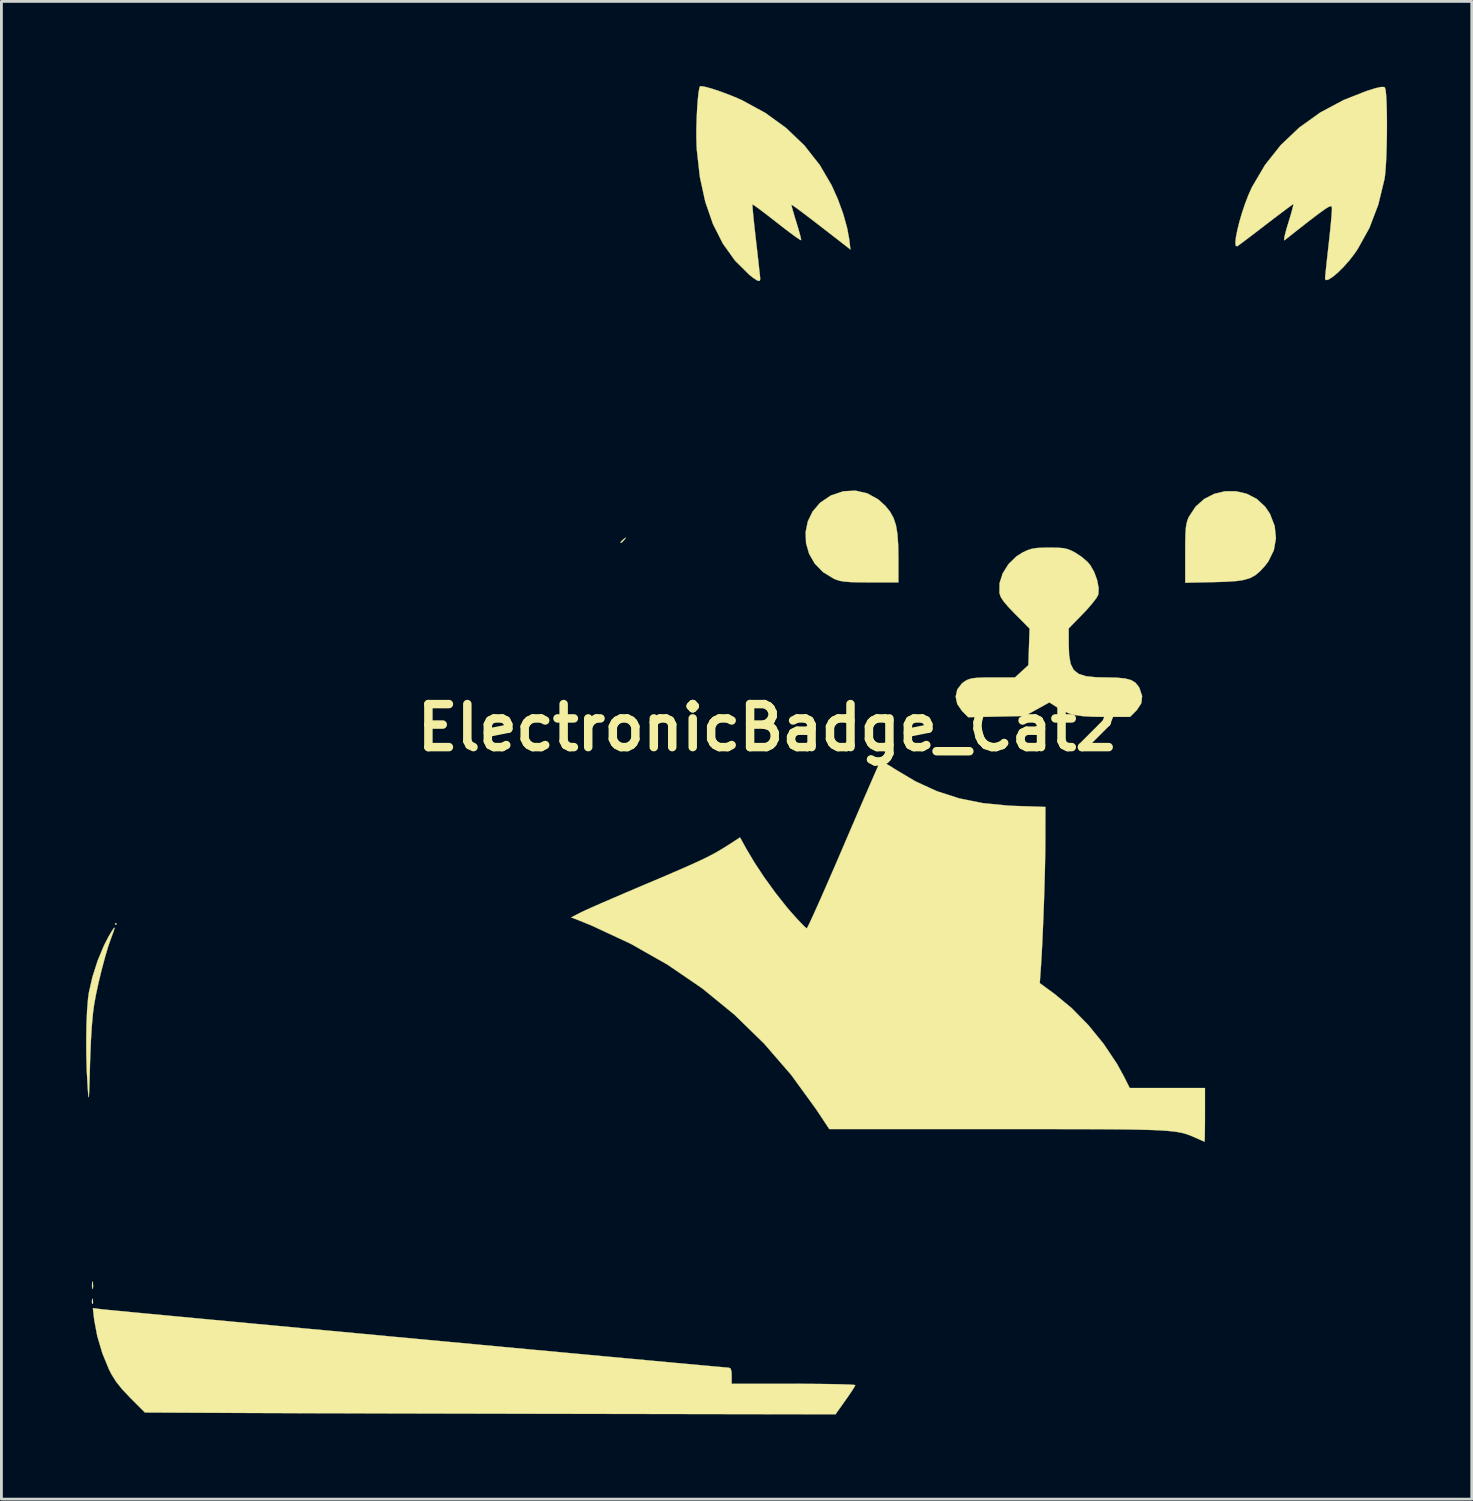
<source format=kicad_pcb>
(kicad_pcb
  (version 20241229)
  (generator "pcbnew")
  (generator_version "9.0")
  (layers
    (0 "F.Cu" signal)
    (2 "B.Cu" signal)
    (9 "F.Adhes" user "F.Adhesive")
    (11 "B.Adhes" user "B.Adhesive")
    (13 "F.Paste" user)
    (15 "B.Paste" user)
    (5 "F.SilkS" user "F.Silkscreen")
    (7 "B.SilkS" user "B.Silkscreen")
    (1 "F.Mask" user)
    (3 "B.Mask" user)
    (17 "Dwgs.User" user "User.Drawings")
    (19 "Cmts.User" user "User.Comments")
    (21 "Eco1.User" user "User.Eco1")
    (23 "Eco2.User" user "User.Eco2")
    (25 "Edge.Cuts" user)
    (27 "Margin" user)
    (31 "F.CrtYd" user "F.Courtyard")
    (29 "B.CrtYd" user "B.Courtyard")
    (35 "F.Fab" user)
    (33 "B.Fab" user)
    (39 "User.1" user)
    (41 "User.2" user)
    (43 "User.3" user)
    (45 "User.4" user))
  (footprint "ElectronicBadge_Cat2"
    (layer "F.Cu")
    (at 24.134 22.722)
    (property "Reference" "ElectronicBadge_Cat2" (at 0 0 0) (layer "F.SilkS") (effects (font (size 1.524 1.524) (thickness 0.3))))
    (attr through_hole)
    (fp_poly (pts (xy -23.05 6.953) (xy -23.082 6.985) (xy -23.114 6.953) (xy -23.082 6.921) (xy -23.05 6.953)) (stroke (width 0.01) (type solid)) (fill yes) (layer "F.SilkS"))
    (fp_poly (pts (xy -23.897 20.241) (xy -23.889 20.371) (xy -23.897 20.399) (xy -23.921 20.407) (xy -23.929 20.32) (xy -23.919 20.23) (xy -23.897 20.241)) (stroke (width 0.01) (type solid)) (fill yes) (layer "F.SilkS"))
    (fp_poly (pts (xy -23.896 19.637) (xy -23.886 19.798) (xy -23.896 19.86) (xy -23.914 19.879) (xy -23.924 19.792) (xy -23.925 19.748) (xy -23.918 19.633) (xy -23.902 19.619) (xy -23.896 19.637)) (stroke (width 0.01) (type solid)) (fill yes) (layer "F.SilkS"))
    (fp_poly (pts (xy -5.036 -6.698) (xy -5.072 -6.652) (xy -5.165 -6.553) (xy -5.206 -6.553) (xy -5.207 -6.564) (xy -5.164 -6.617) (xy -5.096 -6.676) (xy -5.021 -6.731) (xy -5.036 -6.698)) (stroke (width 0.01) (type solid)) (fill yes) (layer "F.SilkS"))
    (fp_poly (pts (xy 3.534 -8.298) (xy 3.918 -8.086) (xy 4.171 -7.858) (xy 4.339 -7.651) (xy 4.462 -7.431) (xy 4.548 -7.176) (xy 4.601 -6.862) (xy 4.629 -6.466) (xy 4.636 -6.021) (xy 4.636 -5.144) (xy 3.635 -5.145) (xy 3.241 -5.147) (xy 2.95 -5.155) (xy 2.736 -5.171) (xy 2.575 -5.197) (xy 2.444 -5.237) (xy 2.349 -5.275) (xy 1.967 -5.509) (xy 1.674 -5.809) (xy 1.474 -6.157) (xy 1.365 -6.534) (xy 1.35 -6.922) (xy 1.427 -7.303) (xy 1.599 -7.657) (xy 1.865 -7.967) (xy 2.227 -8.212) (xy 2.251 -8.224) (xy 2.683 -8.371) (xy 3.116 -8.394) (xy 3.534 -8.298)) (stroke (width 0.01) (type solid)) (fill yes) (layer "F.SilkS"))
    (fp_poly (pts (xy 16.978 -8.282) (xy 17.328 -8.1) (xy 17.626 -7.825) (xy 17.796 -7.573) (xy 17.963 -7.143) (xy 18.008 -6.708) (xy 17.934 -6.285) (xy 17.741 -5.89) (xy 17.617 -5.727) (xy 17.445 -5.54) (xy 17.279 -5.4) (xy 17.096 -5.3) (xy 16.874 -5.233) (xy 16.589 -5.19) (xy 16.219 -5.166) (xy 15.827 -5.155) (xy 14.796 -5.133) (xy 14.796 -6.166) (xy 14.797 -6.562) (xy 14.804 -6.855) (xy 14.817 -7.069) (xy 14.841 -7.226) (xy 14.876 -7.352) (xy 14.926 -7.468) (xy 14.928 -7.472) (xy 15.164 -7.83) (xy 15.469 -8.1) (xy 15.823 -8.281) (xy 16.206 -8.372) (xy 16.598 -8.372) (xy 16.978 -8.282)) (stroke (width 0.01) (type solid)) (fill yes) (layer "F.SilkS"))
    (fp_poly (pts (xy -23.125 7.1) (xy -23.165 7.229) (xy -23.24 7.428) (xy -23.345 7.727) (xy -23.461 8.117) (xy -23.58 8.561) (xy -23.692 9.024) (xy -23.789 9.472) (xy -23.851 9.811) (xy -23.892 10.121) (xy -23.929 10.534) (xy -23.961 11.026) (xy -23.985 11.571) (xy -23.996 11.906) (xy -24.008 12.366) (xy -24.019 12.707) (xy -24.028 12.937) (xy -24.036 13.062) (xy -24.045 13.092) (xy -24.055 13.034) (xy -24.067 12.895) (xy -24.082 12.683) (xy -24.082 12.674) (xy -24.111 12.143) (xy -24.126 11.584) (xy -24.129 11.025) (xy -24.12 10.492) (xy -24.099 10.012) (xy -24.067 9.612) (xy -24.035 9.379) (xy -23.908 8.824) (xy -23.725 8.253) (xy -23.503 7.719) (xy -23.337 7.398) (xy -23.21 7.185) (xy -23.14 7.085) (xy -23.125 7.1)) (stroke (width 0.01) (type solid)) (fill yes) (layer "F.SilkS"))
    (fp_poly (pts (xy -2.137 -22.679) (xy -1.899 -22.608) (xy -1.62 -22.513) (xy -1.325 -22.402) (xy -1.04 -22.284) (xy -0.911 -22.226) (xy -0.08 -21.775) (xy 0.66 -21.238) (xy 1.305 -20.621) (xy 1.852 -19.925) (xy 2.271 -19.209) (xy 2.492 -18.716) (xy 2.68 -18.199) (xy 2.819 -17.701) (xy 2.892 -17.309) (xy 2.938 -16.934) (xy 2.406 -17.348) (xy 1.92 -17.724) (xy 1.531 -18.024) (xy 1.232 -18.251) (xy 1.021 -18.407) (xy 0.894 -18.496) (xy 0.847 -18.521) (xy 0.847 -18.521) (xy 0.858 -18.458) (xy 0.901 -18.301) (xy 0.967 -18.076) (xy 1.02 -17.906) (xy 1.098 -17.648) (xy 1.157 -17.436) (xy 1.188 -17.3) (xy 1.191 -17.265) (xy 1.139 -17.288) (xy 1.004 -17.379) (xy 0.803 -17.526) (xy 0.552 -17.716) (xy 0.33 -17.89) (xy 0.052 -18.108) (xy -0.191 -18.293) (xy -0.38 -18.434) (xy -0.5 -18.517) (xy -0.534 -18.534) (xy -0.533 -18.466) (xy -0.519 -18.292) (xy -0.494 -18.031) (xy -0.459 -17.701) (xy -0.417 -17.322) (xy -0.407 -17.24) (xy -0.362 -16.849) (xy -0.323 -16.499) (xy -0.291 -16.21) (xy -0.268 -16.003) (xy -0.258 -15.897) (xy -0.257 -15.891) (xy -0.279 -15.822) (xy -0.361 -15.835) (xy -0.513 -15.935) (xy -0.645 -16.04) (xy -1.15 -16.541) (xy -1.579 -17.141) (xy -1.931 -17.835) (xy -2.203 -18.621) (xy -2.394 -19.494) (xy -2.502 -20.45) (xy -2.512 -20.612) (xy -2.52 -20.907) (xy -2.519 -21.244) (xy -2.508 -21.596) (xy -2.491 -21.939) (xy -2.468 -22.248) (xy -2.441 -22.497) (xy -2.411 -22.663) (xy -2.389 -22.715) (xy -2.309 -22.717) (xy -2.137 -22.679)) (stroke (width 0.01) (type solid)) (fill yes) (layer "F.SilkS"))
    (fp_poly (pts (xy -23.583 20.6) (xy -23.487 20.61) (xy -23.274 20.631) (xy -22.951 20.662) (xy -22.527 20.703) (xy -22.009 20.752) (xy -21.405 20.809) (xy -20.724 20.873) (xy -19.972 20.944) (xy -19.158 21.02) (xy -18.29 21.102) (xy -17.375 21.187) (xy -16.422 21.277) (xy -15.438 21.368) (xy -14.431 21.462) (xy -13.41 21.558) (xy -12.381 21.654) (xy -11.353 21.749) (xy -10.333 21.844) (xy -9.33 21.938) (xy -8.352 22.029) (xy -7.405 22.116) (xy -6.499 22.2) (xy -5.64 22.28) (xy -4.838 22.354) (xy -4.099 22.422) (xy -3.432 22.484) (xy -2.844 22.538) (xy -2.343 22.583) (xy -1.937 22.62) (xy -1.635 22.647) (xy -1.443 22.664) (xy -1.371 22.669) (xy -1.305 22.702) (xy -1.275 22.816) (xy -1.27 22.955) (xy -1.27 23.241) (xy 0.921 23.241) (xy 1.434 23.242) (xy 1.904 23.246) (xy 2.317 23.252) (xy 2.658 23.26) (xy 2.913 23.269) (xy 3.068 23.279) (xy 3.109 23.289) (xy 3.074 23.358) (xy 2.981 23.505) (xy 2.845 23.704) (xy 2.758 23.828) (xy 2.409 24.32) (xy -6.304 24.305) (xy -7.422 24.303) (xy -8.553 24.301) (xy -9.687 24.298) (xy -10.81 24.296) (xy -11.912 24.293) (xy -12.98 24.291) (xy -14.004 24.288) (xy -14.97 24.285) (xy -15.869 24.283) (xy -16.686 24.28) (xy -17.412 24.277) (xy -18.034 24.275) (xy -18.535 24.273) (xy -22.052 24.256) (xy -22.574 23.733) (xy -22.86 23.43) (xy -23.072 23.165) (xy -23.237 22.901) (xy -23.323 22.733) (xy -23.558 22.16) (xy -23.738 21.555) (xy -23.847 20.976) (xy -23.851 20.942) (xy -23.894 20.56) (xy -23.583 20.6)) (stroke (width 0.01) (type solid)) (fill yes) (layer "F.SilkS"))
    (fp_poly (pts (xy 10.264 -6.374) (xy 10.473 -6.358) (xy 10.634 -6.322) (xy 10.789 -6.257) (xy 10.909 -6.193) (xy 11.132 -6.045) (xy 11.337 -5.866) (xy 11.428 -5.761) (xy 11.572 -5.51) (xy 11.677 -5.22) (xy 11.729 -4.938) (xy 11.718 -4.718) (xy 11.658 -4.604) (xy 11.526 -4.429) (xy 11.345 -4.216) (xy 11.172 -4.032) (xy 10.668 -3.516) (xy 10.668 -2.958) (xy 10.683 -2.558) (xy 10.736 -2.258) (xy 10.844 -2.044) (xy 11.022 -1.903) (xy 11.283 -1.821) (xy 11.644 -1.784) (xy 11.967 -1.778) (xy 12.369 -1.77) (xy 12.666 -1.741) (xy 12.88 -1.684) (xy 13.031 -1.593) (xy 13.14 -1.461) (xy 13.175 -1.399) (xy 13.268 -1.118) (xy 13.239 -0.865) (xy 13.085 -0.627) (xy 13.056 -0.597) (xy 12.84 -0.381) (xy 11.96 -0.381) (xy 11.511 -0.387) (xy 11.162 -0.407) (xy 10.887 -0.447) (xy 10.657 -0.512) (xy 10.448 -0.606) (xy 10.278 -0.707) (xy 9.983 -0.894) (xy 9.547 -0.653) (xy 9.112 -0.413) (xy 8.111 -0.391) (xy 7.11 -0.37) (xy 6.889 -0.591) (xy 6.72 -0.836) (xy 6.665 -1.097) (xy 6.721 -1.35) (xy 6.887 -1.569) (xy 6.999 -1.651) (xy 7.107 -1.706) (xy 7.233 -1.743) (xy 7.405 -1.764) (xy 7.65 -1.775) (xy 7.986 -1.778) (xy 8.765 -1.778) (xy 9.002 -1.995) (xy 9.239 -2.213) (xy 9.261 -2.861) (xy 9.283 -3.509) (xy 8.767 -4.028) (xy 8.52 -4.286) (xy 8.355 -4.482) (xy 8.258 -4.636) (xy 8.215 -4.767) (xy 8.215 -4.768) (xy 8.219 -5.117) (xy 8.332 -5.468) (xy 8.537 -5.794) (xy 8.819 -6.068) (xy 9.032 -6.202) (xy 9.21 -6.286) (xy 9.374 -6.338) (xy 9.564 -6.365) (xy 9.823 -6.375) (xy 9.97 -6.377) (xy 10.264 -6.374)) (stroke (width 0.01) (type solid)) (fill yes) (layer "F.SilkS"))
    (fp_poly (pts (xy 21.866 -22.673) (xy 21.892 -22.584) (xy 21.912 -22.389) (xy 21.927 -22.11) (xy 21.936 -21.768) (xy 21.939 -21.384) (xy 21.937 -20.979) (xy 21.929 -20.575) (xy 21.916 -20.193) (xy 21.897 -19.854) (xy 21.874 -19.58) (xy 21.853 -19.431) (xy 21.633 -18.524) (xy 21.319 -17.701) (xy 20.91 -16.963) (xy 20.795 -16.793) (xy 20.604 -16.544) (xy 20.4 -16.315) (xy 20.2 -16.117) (xy 20.018 -15.965) (xy 19.872 -15.872) (xy 19.777 -15.851) (xy 19.748 -15.903) (xy 19.755 -15.995) (xy 19.775 -16.191) (xy 19.804 -16.469) (xy 19.841 -16.806) (xy 19.879 -17.148) (xy 19.92 -17.525) (xy 19.954 -17.864) (xy 19.978 -18.144) (xy 19.991 -18.341) (xy 19.99 -18.429) (xy 19.978 -18.462) (xy 19.945 -18.471) (xy 19.884 -18.449) (xy 19.783 -18.39) (xy 19.633 -18.286) (xy 19.424 -18.131) (xy 19.146 -17.918) (xy 18.79 -17.639) (xy 18.345 -17.288) (xy 18.308 -17.26) (xy 18.296 -17.291) (xy 18.319 -17.422) (xy 18.372 -17.631) (xy 18.444 -17.871) (xy 18.526 -18.14) (xy 18.587 -18.357) (xy 18.621 -18.499) (xy 18.624 -18.542) (xy 18.566 -18.505) (xy 18.425 -18.403) (xy 18.215 -18.246) (xy 17.954 -18.049) (xy 17.661 -17.824) (xy 17.36 -17.593) (xy 17.09 -17.387) (xy 16.868 -17.219) (xy 16.712 -17.103) (xy 16.641 -17.052) (xy 16.587 -17.063) (xy 16.572 -17.173) (xy 16.591 -17.364) (xy 16.64 -17.617) (xy 16.713 -17.913) (xy 16.806 -18.233) (xy 16.915 -18.557) (xy 17.034 -18.866) (xy 17.158 -19.142) (xy 17.16 -19.145) (xy 17.621 -19.929) (xy 18.179 -20.632) (xy 18.83 -21.251) (xy 19.573 -21.784) (xy 20.405 -22.229) (xy 21.22 -22.55) (xy 21.521 -22.644) (xy 21.721 -22.69) (xy 21.836 -22.69) (xy 21.866 -22.673)) (stroke (width 0.01) (type solid)) (fill yes) (layer "F.SilkS"))
    (fp_poly (pts (xy 4.061 1.209) (xy 4.205 1.281) (xy 4.401 1.398) (xy 4.493 1.458) (xy 5.242 1.904) (xy 5.997 2.25) (xy 6.782 2.504) (xy 7.62 2.673) (xy 8.535 2.763) (xy 8.811 2.775) (xy 9.842 2.81) (xy 9.841 3.929) (xy 9.837 4.392) (xy 9.827 4.943) (xy 9.811 5.552) (xy 9.791 6.189) (xy 9.767 6.825) (xy 9.741 7.429) (xy 9.714 7.973) (xy 9.687 8.426) (xy 9.681 8.509) (xy 9.643 9.049) (xy 10.16 9.427) (xy 10.774 9.935) (xy 11.366 10.538) (xy 11.909 11.206) (xy 12.377 11.906) (xy 12.63 12.367) (xy 12.829 12.764) (xy 15.494 12.764) (xy 15.494 13.716) (xy 15.493 14.047) (xy 15.49 14.327) (xy 15.486 14.535) (xy 15.481 14.649) (xy 15.478 14.664) (xy 15.416 14.638) (xy 15.276 14.577) (xy 15.177 14.533) (xy 15.06 14.481) (xy 14.949 14.436) (xy 14.838 14.396) (xy 14.716 14.361) (xy 14.576 14.331) (xy 14.41 14.306) (xy 14.21 14.285) (xy 13.967 14.267) (xy 13.674 14.253) (xy 13.322 14.242) (xy 12.903 14.233) (xy 12.409 14.227) (xy 11.832 14.223) (xy 11.163 14.22) (xy 10.395 14.219) (xy 9.519 14.218) (xy 8.527 14.218) (xy 8.136 14.218) (xy 2.188 14.217) (xy 1.722 13.515) (xy 0.845 12.307) (xy -0.119 11.192) (xy -1.17 10.168) (xy -2.307 9.238) (xy -3.531 8.401) (xy -4.841 7.657) (xy -6.237 7.006) (xy -6.781 6.786) (xy -6.953 6.72) (xy -6.604 6.542) (xy -6.458 6.473) (xy -6.213 6.362) (xy -5.885 6.218) (xy -5.494 6.049) (xy -5.057 5.861) (xy -4.592 5.663) (xy -4.413 5.587) (xy -3.806 5.331) (xy -3.303 5.115) (xy -2.887 4.934) (xy -2.546 4.781) (xy -2.264 4.649) (xy -2.028 4.531) (xy -1.823 4.421) (xy -1.633 4.31) (xy -1.446 4.194) (xy -1.391 4.159) (xy -0.973 3.889) (xy -0.759 4.278) (xy -0.465 4.774) (xy -0.109 5.312) (xy 0.279 5.848) (xy 0.667 6.339) (xy 0.825 6.525) (xy 1.027 6.75) (xy 1.2 6.935) (xy 1.327 7.062) (xy 1.39 7.112) (xy 1.391 7.112) (xy 1.425 7.055) (xy 1.503 6.893) (xy 1.622 6.636) (xy 1.775 6.295) (xy 1.959 5.881) (xy 2.167 5.406) (xy 2.396 4.879) (xy 2.64 4.314) (xy 2.699 4.175) (xy 2.946 3.6) (xy 3.178 3.061) (xy 3.391 2.568) (xy 3.58 2.134) (xy 3.739 1.768) (xy 3.864 1.483) (xy 3.95 1.29) (xy 3.992 1.2) (xy 3.995 1.196) (xy 4.061 1.209)) (stroke (width 0.01) (type solid)) (fill yes) (layer "F.SilkS")))
  (gr_rect
    (start -3 -3)
    (end 49.078 50.048)
    (stroke (width 0.1) (type default))
    (fill no)
    (layer "Edge.Cuts")))
</source>
